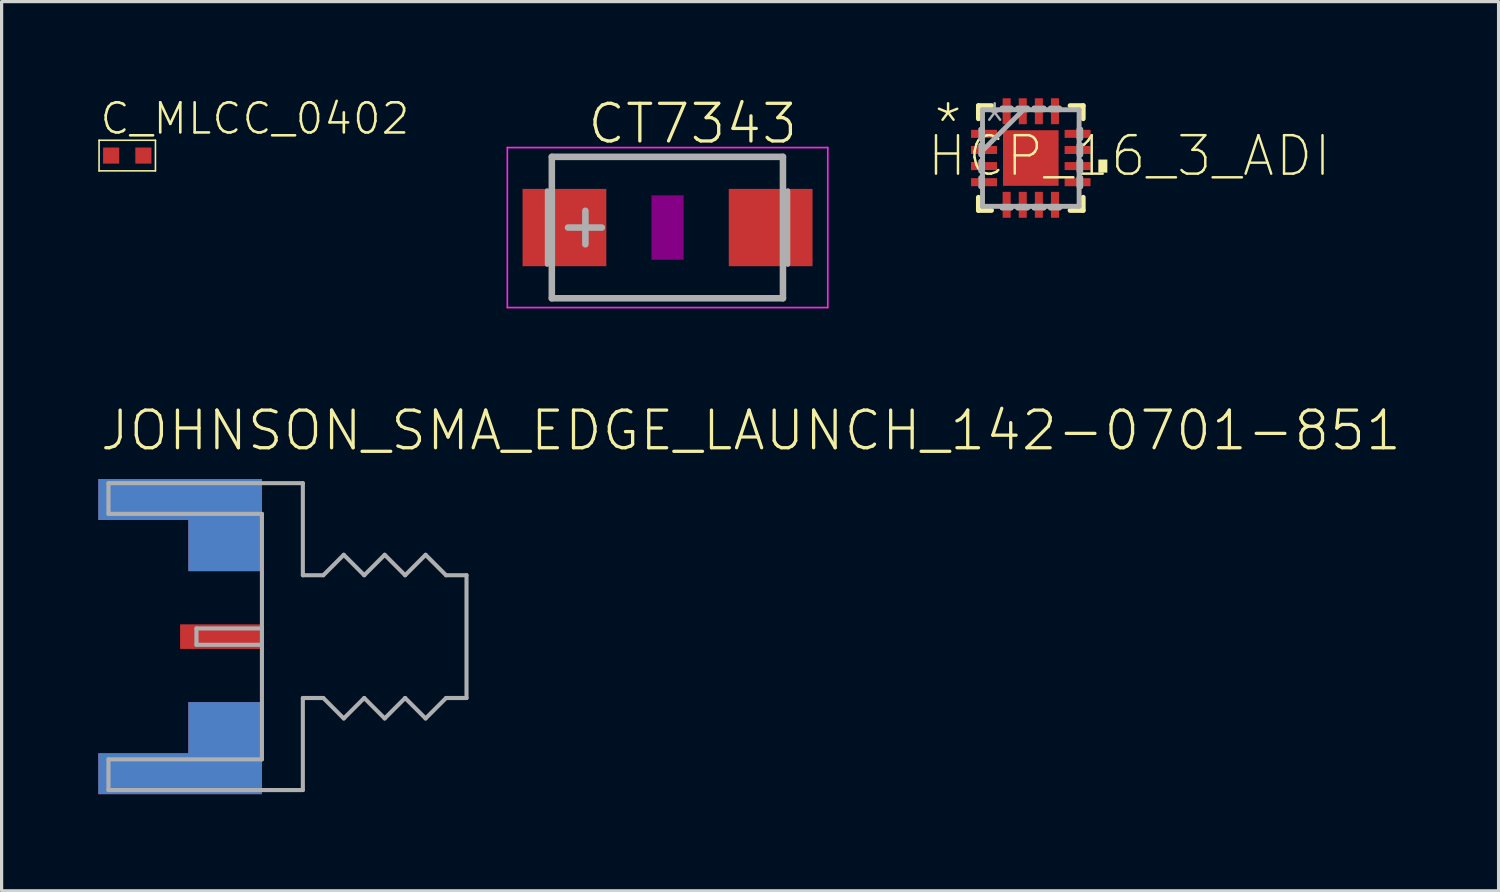
<source format=kicad_pcb>
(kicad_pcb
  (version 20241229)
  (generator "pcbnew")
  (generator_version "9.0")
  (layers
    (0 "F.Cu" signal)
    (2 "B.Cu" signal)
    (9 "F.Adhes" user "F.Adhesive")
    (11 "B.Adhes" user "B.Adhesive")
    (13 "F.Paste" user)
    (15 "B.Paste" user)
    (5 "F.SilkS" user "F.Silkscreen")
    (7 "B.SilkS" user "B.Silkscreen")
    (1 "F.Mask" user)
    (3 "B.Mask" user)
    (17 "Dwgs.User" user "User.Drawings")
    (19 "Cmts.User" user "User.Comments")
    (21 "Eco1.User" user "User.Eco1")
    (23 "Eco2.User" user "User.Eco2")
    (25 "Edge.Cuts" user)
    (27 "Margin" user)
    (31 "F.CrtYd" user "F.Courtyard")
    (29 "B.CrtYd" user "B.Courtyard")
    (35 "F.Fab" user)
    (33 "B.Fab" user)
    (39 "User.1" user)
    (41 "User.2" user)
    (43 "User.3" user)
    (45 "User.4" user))
  (footprint "C_MLCC_0402"
    (layer "F.Cu")
    (at 0.9 1.779)
    (property "Reference" "C_MLCC_0402" (at -0.9 -0.6 0) (unlocked yes) (layer "F.SilkS") (effects (font (size 0.935 0.935) (thickness 0.081)) (justify left bottom)))
    (fp_line (start -0.875 -0.475) (end 0.875 -0.475) (stroke (width 0.05) (type solid)) (layer "F.SilkS"))
    (fp_line (start -0.875 0.475) (end -0.875 -0.475) (stroke (width 0.05) (type solid)) (layer "F.SilkS"))
    (fp_line (start 0.875 -0.475) (end 0.875 0.475) (stroke (width 0.05) (type solid)) (layer "F.SilkS"))
    (fp_line (start 0.875 0.475) (end -0.875 0.475) (stroke (width 0.05) (type solid)) (layer "F.SilkS"))
    (pad "P$1" smd rect (at -0.5 0) (size 0.5 0.5) (layers "F.Cu" "F.Mask" "F.Paste"))
    (pad "P$2" smd rect (at 0.5 0) (size 0.5 0.5) (layers "F.Cu" "F.Mask" "F.Paste")))
  (footprint "HCP_16_3_ADI"
    (layer "F.Cu")
    (at 28.945 1.855)
    (property "Reference" "HCP_16_3_ADI" (at -3.277 0.635 0) (unlocked yes) (layer "F.SilkS") (effects (font (size 1.194 1.194) (thickness 0.076)) (justify left bottom)))
    (fp_line (start -1.626 -1.626) (end -1.626 -1.219) (stroke (width 0.152) (type solid)) (layer "F.SilkS"))
    (fp_line (start -1.626 1.219) (end -1.626 1.626) (stroke (width 0.152) (type solid)) (layer "F.SilkS"))
    (fp_line (start -1.626 1.626) (end -1.219 1.626) (stroke (width 0.152) (type solid)) (layer "F.SilkS"))
    (fp_line (start -1.219 -1.626) (end -1.626 -1.626) (stroke (width 0.152) (type solid)) (layer "F.SilkS"))
    (fp_line (start 1.219 1.626) (end 1.626 1.626) (stroke (width 0.152) (type solid)) (layer "F.SilkS"))
    (fp_line (start 1.626 -1.626) (end 1.219 -1.626) (stroke (width 0.152) (type solid)) (layer "F.SilkS"))
    (fp_line (start 1.626 -1.219) (end 1.626 -1.626) (stroke (width 0.152) (type solid)) (layer "F.SilkS"))
    (fp_line (start 1.626 1.626) (end 1.626 1.219) (stroke (width 0.152) (type solid)) (layer "F.SilkS"))
    (fp_poly (pts (xy 2.376 0.453) (xy 2.096 0.453) (xy 2.096 0.047) (xy 2.376 0.047)) (stroke (width 0) (type default)) (fill yes) (layer "F.SilkS"))
    (fp_line (start -1.549 -0.889) (end -1.549 -0.61) (stroke (width 0.152) (type solid)) (layer "F.Fab"))
    (fp_line (start -1.549 -0.61) (end -1.499 -0.61) (stroke (width 0.152) (type solid)) (layer "F.Fab"))
    (fp_line (start -1.549 -0.406) (end -1.549 -0.102) (stroke (width 0.152) (type solid)) (layer "F.Fab"))
    (fp_line (start -1.549 -0.102) (end -1.499 -0.102) (stroke (width 0.152) (type solid)) (layer "F.Fab"))
    (fp_line (start -1.549 0.102) (end -1.549 0.406) (stroke (width 0.152) (type solid)) (layer "F.Fab"))
    (fp_line (start -1.549 0.406) (end -1.499 0.406) (stroke (width 0.152) (type solid)) (layer "F.Fab"))
    (fp_line (start -1.549 0.61) (end -1.549 0.889) (stroke (width 0.152) (type solid)) (layer "F.Fab"))
    (fp_line (start -1.549 0.889) (end -1.499 0.889) (stroke (width 0.152) (type solid)) (layer "F.Fab"))
    (fp_line (start -1.499 -1.499) (end -1.499 1.499) (stroke (width 0.152) (type solid)) (layer "F.Fab"))
    (fp_line (start -1.499 -0.889) (end -1.549 -0.889) (stroke (width 0.152) (type solid)) (layer "F.Fab"))
    (fp_line (start -1.499 -0.61) (end -1.499 -0.889) (stroke (width 0.152) (type solid)) (layer "F.Fab"))
    (fp_line (start -1.499 -0.406) (end -1.549 -0.406) (stroke (width 0.152) (type solid)) (layer "F.Fab"))
    (fp_line (start -1.499 -0.229) (end -0.229 -1.499) (stroke (width 0.152) (type solid)) (layer "F.Fab"))
    (fp_line (start -1.499 -0.102) (end -1.499 -0.406) (stroke (width 0.152) (type solid)) (layer "F.Fab"))
    (fp_line (start -1.499 0.102) (end -1.549 0.102) (stroke (width 0.152) (type solid)) (layer "F.Fab"))
    (fp_line (start -1.499 0.406) (end -1.499 0.102) (stroke (width 0.152) (type solid)) (layer "F.Fab"))
    (fp_line (start -1.499 0.61) (end -1.549 0.61) (stroke (width 0.152) (type solid)) (layer "F.Fab"))
    (fp_line (start -1.499 0.889) (end -1.499 0.61) (stroke (width 0.152) (type solid)) (layer "F.Fab"))
    (fp_line (start -1.499 1.499) (end 1.499 1.499) (stroke (width 0.152) (type solid)) (layer "F.Fab"))
    (fp_line (start -0.889 -1.549) (end -0.889 -1.499) (stroke (width 0.152) (type solid)) (layer "F.Fab"))
    (fp_line (start -0.889 -1.499) (end -0.61 -1.499) (stroke (width 0.152) (type solid)) (layer "F.Fab"))
    (fp_line (start -0.889 1.499) (end -0.889 1.549) (stroke (width 0.152) (type solid)) (layer "F.Fab"))
    (fp_line (start -0.889 1.549) (end -0.61 1.549) (stroke (width 0.152) (type solid)) (layer "F.Fab"))
    (fp_line (start -0.61 -1.549) (end -0.889 -1.549) (stroke (width 0.152) (type solid)) (layer "F.Fab"))
    (fp_line (start -0.61 -1.499) (end -0.61 -1.549) (stroke (width 0.152) (type solid)) (layer "F.Fab"))
    (fp_line (start -0.61 1.499) (end -0.889 1.499) (stroke (width 0.152) (type solid)) (layer "F.Fab"))
    (fp_line (start -0.61 1.549) (end -0.61 1.499) (stroke (width 0.152) (type solid)) (layer "F.Fab"))
    (fp_line (start -0.406 -1.549) (end -0.406 -1.499) (stroke (width 0.152) (type solid)) (layer "F.Fab"))
    (fp_line (start -0.406 -1.499) (end -0.102 -1.499) (stroke (width 0.152) (type solid)) (layer "F.Fab"))
    (fp_line (start -0.406 1.499) (end -0.406 1.549) (stroke (width 0.152) (type solid)) (layer "F.Fab"))
    (fp_line (start -0.406 1.549) (end -0.102 1.549) (stroke (width 0.152) (type solid)) (layer "F.Fab"))
    (fp_line (start -0.102 -1.549) (end -0.406 -1.549) (stroke (width 0.152) (type solid)) (layer "F.Fab"))
    (fp_line (start -0.102 -1.499) (end -0.102 -1.549) (stroke (width 0.152) (type solid)) (layer "F.Fab"))
    (fp_line (start -0.102 1.499) (end -0.406 1.499) (stroke (width 0.152) (type solid)) (layer "F.Fab"))
    (fp_line (start -0.102 1.549) (end -0.102 1.499) (stroke (width 0.152) (type solid)) (layer "F.Fab"))
    (fp_line (start 0.102 -1.549) (end 0.102 -1.499) (stroke (width 0.152) (type solid)) (layer "F.Fab"))
    (fp_line (start 0.102 -1.499) (end 0.406 -1.499) (stroke (width 0.152) (type solid)) (layer "F.Fab"))
    (fp_line (start 0.102 1.499) (end 0.102 1.549) (stroke (width 0.152) (type solid)) (layer "F.Fab"))
    (fp_line (start 0.102 1.549) (end 0.406 1.549) (stroke (width 0.152) (type solid)) (layer "F.Fab"))
    (fp_line (start 0.406 -1.549) (end 0.102 -1.549) (stroke (width 0.152) (type solid)) (layer "F.Fab"))
    (fp_line (start 0.406 -1.499) (end 0.406 -1.549) (stroke (width 0.152) (type solid)) (layer "F.Fab"))
    (fp_line (start 0.406 1.499) (end 0.102 1.499) (stroke (width 0.152) (type solid)) (layer "F.Fab"))
    (fp_line (start 0.406 1.549) (end 0.406 1.499) (stroke (width 0.152) (type solid)) (layer "F.Fab"))
    (fp_line (start 0.61 -1.549) (end 0.61 -1.499) (stroke (width 0.152) (type solid)) (layer "F.Fab"))
    (fp_line (start 0.61 -1.499) (end 0.889 -1.499) (stroke (width 0.152) (type solid)) (layer "F.Fab"))
    (fp_line (start 0.61 1.499) (end 0.61 1.549) (stroke (width 0.152) (type solid)) (layer "F.Fab"))
    (fp_line (start 0.61 1.549) (end 0.889 1.549) (stroke (width 0.152) (type solid)) (layer "F.Fab"))
    (fp_line (start 0.889 -1.549) (end 0.61 -1.549) (stroke (width 0.152) (type solid)) (layer "F.Fab"))
    (fp_line (start 0.889 -1.499) (end 0.889 -1.549) (stroke (width 0.152) (type solid)) (layer "F.Fab"))
    (fp_line (start 0.889 1.499) (end 0.61 1.499) (stroke (width 0.152) (type solid)) (layer "F.Fab"))
    (fp_line (start 0.889 1.549) (end 0.889 1.499) (stroke (width 0.152) (type solid)) (layer "F.Fab"))
    (fp_line (start 1.499 -1.499) (end -1.499 -1.499) (stroke (width 0.152) (type solid)) (layer "F.Fab"))
    (fp_line (start 1.499 -0.889) (end 1.499 -0.61) (stroke (width 0.152) (type solid)) (layer "F.Fab"))
    (fp_line (start 1.499 -0.61) (end 1.549 -0.61) (stroke (width 0.152) (type solid)) (layer "F.Fab"))
    (fp_line (start 1.499 -0.406) (end 1.499 -0.102) (stroke (width 0.152) (type solid)) (layer "F.Fab"))
    (fp_line (start 1.499 -0.102) (end 1.549 -0.102) (stroke (width 0.152) (type solid)) (layer "F.Fab"))
    (fp_line (start 1.499 0.102) (end 1.499 0.406) (stroke (width 0.152) (type solid)) (layer "F.Fab"))
    (fp_line (start 1.499 0.406) (end 1.549 0.406) (stroke (width 0.152) (type solid)) (layer "F.Fab"))
    (fp_line (start 1.499 0.61) (end 1.499 0.889) (stroke (width 0.152) (type solid)) (layer "F.Fab"))
    (fp_line (start 1.499 0.889) (end 1.549 0.889) (stroke (width 0.152) (type solid)) (layer "F.Fab"))
    (fp_line (start 1.499 1.499) (end 1.499 -1.499) (stroke (width 0.152) (type solid)) (layer "F.Fab"))
    (fp_line (start 1.549 -0.889) (end 1.499 -0.889) (stroke (width 0.152) (type solid)) (layer "F.Fab"))
    (fp_line (start 1.549 -0.61) (end 1.549 -0.889) (stroke (width 0.152) (type solid)) (layer "F.Fab"))
    (fp_line (start 1.549 -0.406) (end 1.499 -0.406) (stroke (width 0.152) (type solid)) (layer "F.Fab"))
    (fp_line (start 1.549 -0.102) (end 1.549 -0.406) (stroke (width 0.152) (type solid)) (layer "F.Fab"))
    (fp_line (start 1.549 0.102) (end 1.499 0.102) (stroke (width 0.152) (type solid)) (layer "F.Fab"))
    (fp_line (start 1.549 0.406) (end 1.549 0.102) (stroke (width 0.152) (type solid)) (layer "F.Fab"))
    (fp_line (start 1.549 0.61) (end 1.499 0.61) (stroke (width 0.152) (type solid)) (layer "F.Fab"))
    (fp_line (start 1.549 0.889) (end 1.549 0.61) (stroke (width 0.152) (type solid)) (layer "F.Fab"))
    (fp_text user "*" (at -3.073 -0.356 0) (layer "F.SilkS") (effects (font (size 1.194 1.194) (thickness 0.076)) (justify left bottom)))
    (fp_text user "*" (at -1.626 -0.356 0) (layer "F.Fab") (effects (font (size 1.194 1.194) (thickness 0.076)) (justify left bottom)))
    (pad "1" smd rect (at -1.452 -0.75 270) (size 0.249 0.805) (layers "F.Cu" "F.Mask" "F.Paste"))
    (pad "2" smd rect (at -1.452 -0.25 270) (size 0.249 0.805) (layers "F.Cu" "F.Mask" "F.Paste"))
    (pad "3" smd rect (at -1.452 0.25 270) (size 0.249 0.805) (layers "F.Cu" "F.Mask" "F.Paste"))
    (pad "4" smd rect (at -1.452 0.75 270) (size 0.249 0.805) (layers "F.Cu" "F.Mask" "F.Paste"))
    (pad "5" smd rect (at -0.75 1.452 180) (size 0.249 0.805) (layers "F.Cu" "F.Mask" "F.Paste"))
    (pad "6" smd rect (at -0.25 1.452 180) (size 0.249 0.805) (layers "F.Cu" "F.Mask" "F.Paste"))
    (pad "7" smd rect (at 0.25 1.452 180) (size 0.249 0.805) (layers "F.Cu" "F.Mask" "F.Paste"))
    (pad "8" smd rect (at 0.75 1.452 180) (size 0.249 0.805) (layers "F.Cu" "F.Mask" "F.Paste"))
    (pad "9" smd rect (at 1.452 0.75 270) (size 0.249 0.805) (layers "F.Cu" "F.Mask" "F.Paste"))
    (pad "10" smd rect (at 1.452 0.25 270) (size 0.249 0.805) (layers "F.Cu" "F.Mask" "F.Paste"))
    (pad "11" smd rect (at 1.452 -0.25 270) (size 0.249 0.805) (layers "F.Cu" "F.Mask" "F.Paste"))
    (pad "12" smd rect (at 1.452 -0.75 270) (size 0.249 0.805) (layers "F.Cu" "F.Mask" "F.Paste"))
    (pad "13" smd rect (at 0.75 -1.452 180) (size 0.249 0.805) (layers "F.Cu" "F.Mask" "F.Paste"))
    (pad "14" smd rect (at 0.25 -1.452 180) (size 0.249 0.805) (layers "F.Cu" "F.Mask" "F.Paste"))
    (pad "15" smd rect (at -0.25 -1.452 180) (size 0.249 0.805) (layers "F.Cu" "F.Mask" "F.Paste"))
    (pad "16" smd rect (at -0.75 -1.452 180) (size 0.249 0.805) (layers "F.Cu" "F.Mask" "F.Paste"))
    (pad "17" smd rect (at 0 0) (size 1.725 1.725) (layers "F.Cu" "F.Mask" "F.Paste")))
  (footprint "CT7343"
    (layer "F.Cu")
    (at 17.67 4.013)
    (property "Reference" "CT7343" (at -2.54 -2.54 0) (unlocked yes) (layer "F.SilkS") (effects (font (size 1.168 1.168) (thickness 0.102)) (justify left bottom)))
    (fp_poly (pts (xy -0.5 1) (xy 0.5 1) (xy 0.5 -1) (xy -0.5 -1)) (stroke (width 0) (type default)) (fill yes) (layer "F.Adhes"))
    (fp_line (start -4.973 -2.483) (end 4.973 -2.483) (stroke (width 0.051) (type solid)) (layer "F.CrtYd"))
    (fp_line (start -4.973 2.483) (end -4.973 -2.483) (stroke (width 0.051) (type solid)) (layer "F.CrtYd"))
    (fp_line (start 4.973 -2.483) (end 4.973 2.483) (stroke (width 0.051) (type solid)) (layer "F.CrtYd"))
    (fp_line (start 4.973 2.483) (end -4.973 2.483) (stroke (width 0.051) (type solid)) (layer "F.CrtYd"))
    (fp_line (start -3.734 -1.143) (end -3.734 1.143) (stroke (width 0.152) (type solid)) (layer "F.Fab"))
    (fp_line (start -3.592 2.195) (end -3.592 -2.195) (stroke (width 0.203) (type solid)) (layer "F.Fab"))
    (fp_line (start -2.55 -0.52) (end -2.55 0.52) (stroke (width 0.203) (type solid)) (layer "F.Fab"))
    (fp_line (start -2.04 0) (end -3.09 0) (stroke (width 0.203) (type solid)) (layer "F.Fab"))
    (fp_line (start 3.582 -2.195) (end -3.592 -2.195) (stroke (width 0.203) (type solid)) (layer "F.Fab"))
    (fp_line (start 3.582 2.195) (end -3.592 2.195) (stroke (width 0.203) (type solid)) (layer "F.Fab"))
    (fp_line (start 3.582 2.195) (end 3.582 -2.195) (stroke (width 0.203) (type solid)) (layer "F.Fab"))
    (fp_line (start 3.734 -1.143) (end 3.734 1.143) (stroke (width 0.152) (type solid)) (layer "F.Fab"))
    (pad "+" smd rect (at -3.2 0) (size 2.6 2.4) (layers "F.Cu" "F.Mask" "F.Paste"))
    (pad "-" smd rect (at 3.2 0) (size 2.6 2.4) (layers "F.Cu" "F.Mask" "F.Paste")))
  (footprint "JOHNSON_SMA_EDGE_LAUNCH_142-0701-851"
    (layer "F.Cu")
    (at 5.08 16.71)
    (property "Reference" "JOHNSON_SMA_EDGE_LAUNCH_142-0701-851" (at -5.08 -5.715 0) (unlocked yes) (layer "F.SilkS") (effects (font (size 1.168 1.168) (thickness 0.102)) (justify left bottom)))
    (fp_poly (pts (xy 0 -2.032) (xy -2.286 -2.032) (xy -2.286 -3.759) (xy -3.15 -3.759) (xy -3.15 -4.661) (xy 0 -4.661)) (stroke (width 0) (type default)) (fill yes) (layer "F.Cu"))
    (fp_poly (pts (xy 0 4.661) (xy -3.797 4.661) (xy -3.797 3.759) (xy -2.286 3.759) (xy -2.286 2.032) (xy 0 2.032)) (stroke (width 0) (type default)) (fill yes) (layer "F.Cu"))
    (fp_poly (pts (xy 0 -2.032) (xy -2.286 -2.032) (xy -2.286 -3.759) (xy -3.15 -3.759) (xy -3.15 -4.661) (xy 0 -4.661)) (stroke (width 0) (type default)) (fill yes) (layer "F.Mask"))
    (fp_poly (pts (xy 0 4.661) (xy -3.797 4.661) (xy -3.797 3.759) (xy -2.286 3.759) (xy -2.286 2.032) (xy 0 2.032)) (stroke (width 0) (type default)) (fill yes) (layer "F.Mask"))
    (fp_poly (pts (xy 0 -2.032) (xy -2.286 -2.032) (xy -2.286 -3.759) (xy -3.15 -3.759) (xy -3.15 -4.661) (xy 0 -4.661)) (stroke (width 0) (type default)) (fill yes) (layer "B.Cu"))
    (fp_poly (pts (xy 0 4.661) (xy -3.797 4.661) (xy -3.797 3.759) (xy -2.286 3.759) (xy -2.286 2.032) (xy 0 2.032)) (stroke (width 0) (type default)) (fill yes) (layer "B.Cu"))
    (fp_poly (pts (xy 0 -2.032) (xy -2.286 -2.032) (xy -2.286 -3.759) (xy -3.15 -3.759) (xy -3.15 -4.661) (xy 0 -4.661)) (stroke (width 0) (type default)) (fill yes) (layer "B.Mask"))
    (fp_poly (pts (xy 0 4.661) (xy -3.797 4.661) (xy -3.797 3.759) (xy -2.286 3.759) (xy -2.286 2.032) (xy 0 2.032)) (stroke (width 0) (type default)) (fill yes) (layer "B.Mask"))
    (fp_line (start -4.763 -4.763) (end -4.763 -3.81) (stroke (width 0.127) (type solid)) (layer "F.Fab"))
    (fp_line (start -4.763 -3.81) (end 0 -3.81) (stroke (width 0.127) (type solid)) (layer "F.Fab"))
    (fp_line (start -4.763 3.81) (end -4.763 4.763) (stroke (width 0.127) (type solid)) (layer "F.Fab"))
    (fp_line (start -4.763 4.763) (end 1.27 4.763) (stroke (width 0.127) (type solid)) (layer "F.Fab"))
    (fp_line (start -2.032 -0.254) (end -2.032 0.254) (stroke (width 0.127) (type solid)) (layer "F.Fab"))
    (fp_line (start -2.032 0.254) (end 0 0.254) (stroke (width 0.127) (type solid)) (layer "F.Fab"))
    (fp_line (start 0 -3.81) (end 0 -0.254) (stroke (width 0.127) (type solid)) (layer "F.Fab"))
    (fp_line (start 0 -0.254) (end -2.032 -0.254) (stroke (width 0.127) (type solid)) (layer "F.Fab"))
    (fp_line (start 0 -0.254) (end 0 0.254) (stroke (width 0.127) (type solid)) (layer "F.Fab"))
    (fp_line (start 0 0.254) (end 0 3.81) (stroke (width 0.127) (type solid)) (layer "F.Fab"))
    (fp_line (start 0 3.81) (end -4.763 3.81) (stroke (width 0.127) (type solid)) (layer "F.Fab"))
    (fp_line (start 1.27 -4.763) (end -4.763 -4.763) (stroke (width 0.127) (type solid)) (layer "F.Fab"))
    (fp_line (start 1.27 -1.905) (end 1.27 -4.763) (stroke (width 0.127) (type solid)) (layer "F.Fab"))
    (fp_line (start 1.27 1.905) (end 1.905 1.905) (stroke (width 0.127) (type solid)) (layer "F.Fab"))
    (fp_line (start 1.27 4.763) (end 1.27 1.905) (stroke (width 0.127) (type solid)) (layer "F.Fab"))
    (fp_line (start 1.905 -1.905) (end 1.27 -1.905) (stroke (width 0.127) (type solid)) (layer "F.Fab"))
    (fp_line (start 1.905 1.905) (end 2.54 2.54) (stroke (width 0.127) (type solid)) (layer "F.Fab"))
    (fp_line (start 2.54 -2.54) (end 1.905 -1.905) (stroke (width 0.127) (type solid)) (layer "F.Fab"))
    (fp_line (start 2.54 2.54) (end 3.175 1.905) (stroke (width 0.127) (type solid)) (layer "F.Fab"))
    (fp_line (start 3.175 -1.905) (end 2.54 -2.54) (stroke (width 0.127) (type solid)) (layer "F.Fab"))
    (fp_line (start 3.175 1.905) (end 3.81 2.54) (stroke (width 0.127) (type solid)) (layer "F.Fab"))
    (fp_line (start 3.81 -2.54) (end 3.175 -1.905) (stroke (width 0.127) (type solid)) (layer "F.Fab"))
    (fp_line (start 3.81 2.54) (end 4.445 1.905) (stroke (width 0.127) (type solid)) (layer "F.Fab"))
    (fp_line (start 4.445 -1.905) (end 3.81 -2.54) (stroke (width 0.127) (type solid)) (layer "F.Fab"))
    (fp_line (start 4.445 1.905) (end 5.08 2.54) (stroke (width 0.127) (type solid)) (layer "F.Fab"))
    (fp_line (start 5.08 -2.54) (end 4.445 -1.905) (stroke (width 0.127) (type solid)) (layer "F.Fab"))
    (fp_line (start 5.08 2.54) (end 5.715 1.905) (stroke (width 0.127) (type solid)) (layer "F.Fab"))
    (fp_line (start 5.715 -1.905) (end 5.08 -2.54) (stroke (width 0.127) (type solid)) (layer "F.Fab"))
    (fp_line (start 5.715 1.905) (end 6.35 1.905) (stroke (width 0.127) (type solid)) (layer "F.Fab"))
    (fp_line (start 6.35 -1.905) (end 5.715 -1.905) (stroke (width 0.127) (type solid)) (layer "F.Fab"))
    (fp_line (start 6.35 1.905) (end 6.35 -1.905) (stroke (width 0.127) (type solid)) (layer "F.Fab"))
    (pad "P$1" smd rect (at -1.27 0) (size 2.54 0.762) (layers "F.Cu" "F.Mask"))
    (pad "P$2" smd rect (at -2.54 -4.255) (size 5.08 1.27) (layers "F.Cu" "F.Mask"))
    (pad "P$3" smd rect (at -2.54 4.255) (size 5.08 1.27) (layers "F.Cu" "F.Mask"))
    (pad "P$4" smd rect (at -2.54 -4.255) (size 5.08 1.27) (layers "B.Cu" "B.Mask"))
    (pad "P$5" smd rect (at -2.54 4.255) (size 5.08 1.27) (layers "B.Cu" "B.Mask")))
  (gr_rect
    (start -3 -3)
    (end 43.464 24.599)
    (stroke (width 0.1) (type default))
    (fill no)
    (layer "Edge.Cuts")))
</source>
